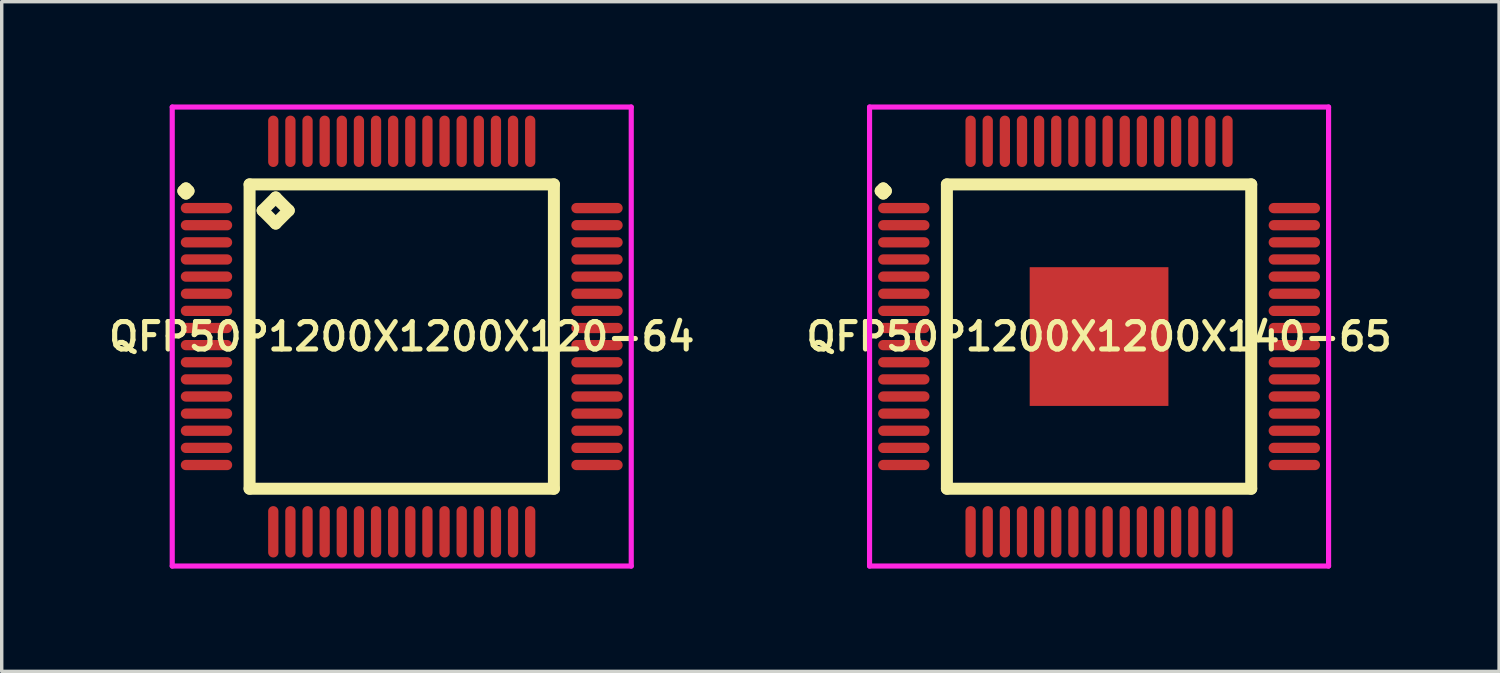
<source format=kicad_pcb>
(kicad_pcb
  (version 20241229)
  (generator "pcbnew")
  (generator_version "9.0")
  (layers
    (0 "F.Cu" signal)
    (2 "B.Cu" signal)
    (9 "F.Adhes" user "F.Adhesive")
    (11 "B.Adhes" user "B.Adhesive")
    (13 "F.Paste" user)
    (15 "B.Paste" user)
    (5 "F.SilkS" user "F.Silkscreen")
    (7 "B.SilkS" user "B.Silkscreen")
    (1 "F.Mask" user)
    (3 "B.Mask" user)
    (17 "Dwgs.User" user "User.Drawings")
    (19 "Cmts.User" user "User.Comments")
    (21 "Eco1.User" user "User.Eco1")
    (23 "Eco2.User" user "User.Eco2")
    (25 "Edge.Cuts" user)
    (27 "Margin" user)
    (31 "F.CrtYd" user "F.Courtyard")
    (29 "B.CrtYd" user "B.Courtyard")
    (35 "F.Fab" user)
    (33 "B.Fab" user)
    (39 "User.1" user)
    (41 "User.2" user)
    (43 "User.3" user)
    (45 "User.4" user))
  (footprint "QFP50P1200X1200X120-64"
    (layer "F.Cu")
    (at 8.678 6.775)
    (property "Reference" "QFP50P1200X1200X120-64" (at 0 0 0) (layer "F.SilkS") (effects (font (size 0.8 0.8) (thickness 0.15))))
    (attr smd)
    (fp_line (start -6.375 -4.25) (end -6.3 -4.325) (stroke (width 0.35) (type solid)) (layer "F.SilkS"))
    (fp_line (start -6.3 -4.325) (end -6.225 -4.25) (stroke (width 0.35) (type solid)) (layer "F.SilkS"))
    (fp_line (start -6.3 -4.175) (end -6.375 -4.25) (stroke (width 0.35) (type solid)) (layer "F.SilkS"))
    (fp_line (start -6.225 -4.25) (end -6.3 -4.175) (stroke (width 0.35) (type solid)) (layer "F.SilkS"))
    (fp_line (start -4.442 -4.442) (end -4.442 4.442) (stroke (width 0.35) (type solid)) (layer "F.SilkS"))
    (fp_line (start -4.442 4.442) (end 4.442 4.442) (stroke (width 0.35) (type solid)) (layer "F.SilkS"))
    (fp_line (start -4.061 -3.68) (end -3.68 -4.061) (stroke (width 0.35) (type solid)) (layer "F.SilkS"))
    (fp_line (start -3.68 -4.061) (end -3.299 -3.68) (stroke (width 0.35) (type solid)) (layer "F.SilkS"))
    (fp_line (start -3.68 -3.299) (end -4.061 -3.68) (stroke (width 0.35) (type solid)) (layer "F.SilkS"))
    (fp_line (start -3.299 -3.68) (end -3.68 -3.299) (stroke (width 0.35) (type solid)) (layer "F.SilkS"))
    (fp_line (start 4.442 -4.442) (end -4.442 -4.442) (stroke (width 0.35) (type solid)) (layer "F.SilkS"))
    (fp_line (start 4.442 4.442) (end 4.442 -4.442) (stroke (width 0.35) (type solid)) (layer "F.SilkS"))
    (fp_line (start -6.7 -6.7) (end 6.7 -6.7) (stroke (width 0.15) (type solid)) (layer "F.CrtYd"))
    (fp_line (start -6.7 6.7) (end -6.7 -6.7) (stroke (width 0.15) (type solid)) (layer "F.CrtYd"))
    (fp_line (start 6.7 -6.7) (end 6.7 6.7) (stroke (width 0.15) (type solid)) (layer "F.CrtYd"))
    (fp_line (start 6.7 6.7) (end -6.7 6.7) (stroke (width 0.15) (type solid)) (layer "F.CrtYd"))
    (pad "1" smd oval (at -5.7 -3.75) (size 1.5 0.3) (layers "F.Cu" "F.Mask" "F.Paste"))
    (pad "2" smd oval (at -5.7 -3.25) (size 1.5 0.3) (layers "F.Cu" "F.Mask" "F.Paste"))
    (pad "3" smd oval (at -5.7 -2.75) (size 1.5 0.3) (layers "F.Cu" "F.Mask" "F.Paste"))
    (pad "4" smd oval (at -5.7 -2.25) (size 1.5 0.3) (layers "F.Cu" "F.Mask" "F.Paste"))
    (pad "5" smd oval (at -5.7 -1.75) (size 1.5 0.3) (layers "F.Cu" "F.Mask" "F.Paste"))
    (pad "6" smd oval (at -5.7 -1.25) (size 1.5 0.3) (layers "F.Cu" "F.Mask" "F.Paste"))
    (pad "7" smd oval (at -5.7 -0.75) (size 1.5 0.3) (layers "F.Cu" "F.Mask" "F.Paste"))
    (pad "8" smd oval (at -5.7 -0.25) (size 1.5 0.3) (layers "F.Cu" "F.Mask" "F.Paste"))
    (pad "9" smd oval (at -5.7 0.25) (size 1.5 0.3) (layers "F.Cu" "F.Mask" "F.Paste"))
    (pad "10" smd oval (at -5.7 0.75) (size 1.5 0.3) (layers "F.Cu" "F.Mask" "F.Paste"))
    (pad "11" smd oval (at -5.7 1.25) (size 1.5 0.3) (layers "F.Cu" "F.Mask" "F.Paste"))
    (pad "12" smd oval (at -5.7 1.75) (size 1.5 0.3) (layers "F.Cu" "F.Mask" "F.Paste"))
    (pad "13" smd oval (at -5.7 2.25) (size 1.5 0.3) (layers "F.Cu" "F.Mask" "F.Paste"))
    (pad "14" smd oval (at -5.7 2.75) (size 1.5 0.3) (layers "F.Cu" "F.Mask" "F.Paste"))
    (pad "15" smd oval (at -5.7 3.25) (size 1.5 0.3) (layers "F.Cu" "F.Mask" "F.Paste"))
    (pad "16" smd oval (at -5.7 3.75) (size 1.5 0.3) (layers "F.Cu" "F.Mask" "F.Paste"))
    (pad "17" smd oval (at -3.75 5.7) (size 0.3 1.5) (layers "F.Cu" "F.Mask" "F.Paste"))
    (pad "18" smd oval (at -3.25 5.7) (size 0.3 1.5) (layers "F.Cu" "F.Mask" "F.Paste"))
    (pad "19" smd oval (at -2.75 5.7) (size 0.3 1.5) (layers "F.Cu" "F.Mask" "F.Paste"))
    (pad "20" smd oval (at -2.25 5.7) (size 0.3 1.5) (layers "F.Cu" "F.Mask" "F.Paste"))
    (pad "21" smd oval (at -1.75 5.7) (size 0.3 1.5) (layers "F.Cu" "F.Mask" "F.Paste"))
    (pad "22" smd oval (at -1.25 5.7) (size 0.3 1.5) (layers "F.Cu" "F.Mask" "F.Paste"))
    (pad "23" smd oval (at -0.75 5.7) (size 0.3 1.5) (layers "F.Cu" "F.Mask" "F.Paste"))
    (pad "24" smd oval (at -0.25 5.7) (size 0.3 1.5) (layers "F.Cu" "F.Mask" "F.Paste"))
    (pad "25" smd oval (at 0.25 5.7) (size 0.3 1.5) (layers "F.Cu" "F.Mask" "F.Paste"))
    (pad "26" smd oval (at 0.75 5.7) (size 0.3 1.5) (layers "F.Cu" "F.Mask" "F.Paste"))
    (pad "27" smd oval (at 1.25 5.7) (size 0.3 1.5) (layers "F.Cu" "F.Mask" "F.Paste"))
    (pad "28" smd oval (at 1.75 5.7) (size 0.3 1.5) (layers "F.Cu" "F.Mask" "F.Paste"))
    (pad "29" smd oval (at 2.25 5.7) (size 0.3 1.5) (layers "F.Cu" "F.Mask" "F.Paste"))
    (pad "30" smd oval (at 2.75 5.7) (size 0.3 1.5) (layers "F.Cu" "F.Mask" "F.Paste"))
    (pad "31" smd oval (at 3.25 5.7) (size 0.3 1.5) (layers "F.Cu" "F.Mask" "F.Paste"))
    (pad "32" smd oval (at 3.75 5.7) (size 0.3 1.5) (layers "F.Cu" "F.Mask" "F.Paste"))
    (pad "33" smd oval (at 5.7 3.75) (size 1.5 0.3) (layers "F.Cu" "F.Mask" "F.Paste"))
    (pad "34" smd oval (at 5.7 3.25) (size 1.5 0.3) (layers "F.Cu" "F.Mask" "F.Paste"))
    (pad "35" smd oval (at 5.7 2.75) (size 1.5 0.3) (layers "F.Cu" "F.Mask" "F.Paste"))
    (pad "36" smd oval (at 5.7 2.25) (size 1.5 0.3) (layers "F.Cu" "F.Mask" "F.Paste"))
    (pad "37" smd oval (at 5.7 1.75) (size 1.5 0.3) (layers "F.Cu" "F.Mask" "F.Paste"))
    (pad "38" smd oval (at 5.7 1.25) (size 1.5 0.3) (layers "F.Cu" "F.Mask" "F.Paste"))
    (pad "39" smd oval (at 5.7 0.75) (size 1.5 0.3) (layers "F.Cu" "F.Mask" "F.Paste"))
    (pad "40" smd oval (at 5.7 0.25) (size 1.5 0.3) (layers "F.Cu" "F.Mask" "F.Paste"))
    (pad "41" smd oval (at 5.7 -0.25) (size 1.5 0.3) (layers "F.Cu" "F.Mask" "F.Paste"))
    (pad "42" smd oval (at 5.7 -0.75) (size 1.5 0.3) (layers "F.Cu" "F.Mask" "F.Paste"))
    (pad "43" smd oval (at 5.7 -1.25) (size 1.5 0.3) (layers "F.Cu" "F.Mask" "F.Paste"))
    (pad "44" smd oval (at 5.7 -1.75) (size 1.5 0.3) (layers "F.Cu" "F.Mask" "F.Paste"))
    (pad "45" smd oval (at 5.7 -2.25) (size 1.5 0.3) (layers "F.Cu" "F.Mask" "F.Paste"))
    (pad "46" smd oval (at 5.7 -2.75) (size 1.5 0.3) (layers "F.Cu" "F.Mask" "F.Paste"))
    (pad "47" smd oval (at 5.7 -3.25) (size 1.5 0.3) (layers "F.Cu" "F.Mask" "F.Paste"))
    (pad "48" smd oval (at 5.7 -3.75) (size 1.5 0.3) (layers "F.Cu" "F.Mask" "F.Paste"))
    (pad "49" smd oval (at 3.75 -5.7) (size 0.3 1.5) (layers "F.Cu" "F.Mask" "F.Paste"))
    (pad "50" smd oval (at 3.25 -5.7) (size 0.3 1.5) (layers "F.Cu" "F.Mask" "F.Paste"))
    (pad "51" smd oval (at 2.75 -5.7) (size 0.3 1.5) (layers "F.Cu" "F.Mask" "F.Paste"))
    (pad "52" smd oval (at 2.25 -5.7) (size 0.3 1.5) (layers "F.Cu" "F.Mask" "F.Paste"))
    (pad "53" smd oval (at 1.75 -5.7) (size 0.3 1.5) (layers "F.Cu" "F.Mask" "F.Paste"))
    (pad "54" smd oval (at 1.25 -5.7) (size 0.3 1.5) (layers "F.Cu" "F.Mask" "F.Paste"))
    (pad "55" smd oval (at 0.75 -5.7) (size 0.3 1.5) (layers "F.Cu" "F.Mask" "F.Paste"))
    (pad "56" smd oval (at 0.25 -5.7) (size 0.3 1.5) (layers "F.Cu" "F.Mask" "F.Paste"))
    (pad "57" smd oval (at -0.25 -5.7) (size 0.3 1.5) (layers "F.Cu" "F.Mask" "F.Paste"))
    (pad "58" smd oval (at -0.75 -5.7) (size 0.3 1.5) (layers "F.Cu" "F.Mask" "F.Paste"))
    (pad "59" smd oval (at -1.25 -5.7) (size 0.3 1.5) (layers "F.Cu" "F.Mask" "F.Paste"))
    (pad "60" smd oval (at -1.75 -5.7) (size 0.3 1.5) (layers "F.Cu" "F.Mask" "F.Paste"))
    (pad "61" smd oval (at -2.25 -5.7) (size 0.3 1.5) (layers "F.Cu" "F.Mask" "F.Paste"))
    (pad "62" smd oval (at -2.75 -5.7) (size 0.3 1.5) (layers "F.Cu" "F.Mask" "F.Paste"))
    (pad "63" smd oval (at -3.25 -5.7) (size 0.3 1.5) (layers "F.Cu" "F.Mask" "F.Paste"))
    (pad "64" smd oval (at -3.75 -5.7) (size 0.3 1.5) (layers "F.Cu" "F.Mask" "F.Paste")))
  (footprint "QFP50P1200X1200X140-65"
    (layer "F.Cu")
    (at 29.035 6.775)
    (property "Reference" "QFP50P1200X1200X140-65" (at 0 0 0) (layer "F.SilkS") (effects (font (size 0.8 0.8) (thickness 0.15))))
    (attr smd)
    (fp_line (start -6.375 -4.25) (end -6.3 -4.325) (stroke (width 0.35) (type solid)) (layer "F.SilkS"))
    (fp_line (start -6.3 -4.325) (end -6.225 -4.25) (stroke (width 0.35) (type solid)) (layer "F.SilkS"))
    (fp_line (start -6.3 -4.175) (end -6.375 -4.25) (stroke (width 0.35) (type solid)) (layer "F.SilkS"))
    (fp_line (start -6.225 -4.25) (end -6.3 -4.175) (stroke (width 0.35) (type solid)) (layer "F.SilkS"))
    (fp_line (start -4.442 -4.442) (end -4.442 4.442) (stroke (width 0.35) (type solid)) (layer "F.SilkS"))
    (fp_line (start -4.442 4.442) (end 4.442 4.442) (stroke (width 0.35) (type solid)) (layer "F.SilkS"))
    (fp_line (start 4.442 -4.442) (end -4.442 -4.442) (stroke (width 0.35) (type solid)) (layer "F.SilkS"))
    (fp_line (start 4.442 4.442) (end 4.442 -4.442) (stroke (width 0.35) (type solid)) (layer "F.SilkS"))
    (fp_line (start -6.7 -6.7) (end 6.7 -6.7) (stroke (width 0.15) (type solid)) (layer "F.CrtYd"))
    (fp_line (start -6.7 6.7) (end -6.7 -6.7) (stroke (width 0.15) (type solid)) (layer "F.CrtYd"))
    (fp_line (start 6.7 -6.7) (end 6.7 6.7) (stroke (width 0.15) (type solid)) (layer "F.CrtYd"))
    (fp_line (start 6.7 6.7) (end -6.7 6.7) (stroke (width 0.15) (type solid)) (layer "F.CrtYd"))
    (pad "1" smd oval (at -5.7 -3.75) (size 1.5 0.3) (layers "F.Cu" "F.Mask" "F.Paste"))
    (pad "2" smd oval (at -5.7 -3.25) (size 1.5 0.3) (layers "F.Cu" "F.Mask" "F.Paste"))
    (pad "3" smd oval (at -5.7 -2.75) (size 1.5 0.3) (layers "F.Cu" "F.Mask" "F.Paste"))
    (pad "4" smd oval (at -5.7 -2.25) (size 1.5 0.3) (layers "F.Cu" "F.Mask" "F.Paste"))
    (pad "5" smd oval (at -5.7 -1.75) (size 1.5 0.3) (layers "F.Cu" "F.Mask" "F.Paste"))
    (pad "6" smd oval (at -5.7 -1.25) (size 1.5 0.3) (layers "F.Cu" "F.Mask" "F.Paste"))
    (pad "7" smd oval (at -5.7 -0.75) (size 1.5 0.3) (layers "F.Cu" "F.Mask" "F.Paste"))
    (pad "8" smd oval (at -5.7 -0.25) (size 1.5 0.3) (layers "F.Cu" "F.Mask" "F.Paste"))
    (pad "9" smd oval (at -5.7 0.25) (size 1.5 0.3) (layers "F.Cu" "F.Mask" "F.Paste"))
    (pad "10" smd oval (at -5.7 0.75) (size 1.5 0.3) (layers "F.Cu" "F.Mask" "F.Paste"))
    (pad "11" smd oval (at -5.7 1.25) (size 1.5 0.3) (layers "F.Cu" "F.Mask" "F.Paste"))
    (pad "12" smd oval (at -5.7 1.75) (size 1.5 0.3) (layers "F.Cu" "F.Mask" "F.Paste"))
    (pad "13" smd oval (at -5.7 2.25) (size 1.5 0.3) (layers "F.Cu" "F.Mask" "F.Paste"))
    (pad "14" smd oval (at -5.7 2.75) (size 1.5 0.3) (layers "F.Cu" "F.Mask" "F.Paste"))
    (pad "15" smd oval (at -5.7 3.25) (size 1.5 0.3) (layers "F.Cu" "F.Mask" "F.Paste"))
    (pad "16" smd oval (at -5.7 3.75) (size 1.5 0.3) (layers "F.Cu" "F.Mask" "F.Paste"))
    (pad "17" smd oval (at -3.75 5.7) (size 0.3 1.5) (layers "F.Cu" "F.Mask" "F.Paste"))
    (pad "18" smd oval (at -3.25 5.7) (size 0.3 1.5) (layers "F.Cu" "F.Mask" "F.Paste"))
    (pad "19" smd oval (at -2.75 5.7) (size 0.3 1.5) (layers "F.Cu" "F.Mask" "F.Paste"))
    (pad "20" smd oval (at -2.25 5.7) (size 0.3 1.5) (layers "F.Cu" "F.Mask" "F.Paste"))
    (pad "21" smd oval (at -1.75 5.7) (size 0.3 1.5) (layers "F.Cu" "F.Mask" "F.Paste"))
    (pad "22" smd oval (at -1.25 5.7) (size 0.3 1.5) (layers "F.Cu" "F.Mask" "F.Paste"))
    (pad "23" smd oval (at -0.75 5.7) (size 0.3 1.5) (layers "F.Cu" "F.Mask" "F.Paste"))
    (pad "24" smd oval (at -0.25 5.7) (size 0.3 1.5) (layers "F.Cu" "F.Mask" "F.Paste"))
    (pad "25" smd oval (at 0.25 5.7) (size 0.3 1.5) (layers "F.Cu" "F.Mask" "F.Paste"))
    (pad "26" smd oval (at 0.75 5.7) (size 0.3 1.5) (layers "F.Cu" "F.Mask" "F.Paste"))
    (pad "27" smd oval (at 1.25 5.7) (size 0.3 1.5) (layers "F.Cu" "F.Mask" "F.Paste"))
    (pad "28" smd oval (at 1.75 5.7) (size 0.3 1.5) (layers "F.Cu" "F.Mask" "F.Paste"))
    (pad "29" smd oval (at 2.25 5.7) (size 0.3 1.5) (layers "F.Cu" "F.Mask" "F.Paste"))
    (pad "30" smd oval (at 2.75 5.7) (size 0.3 1.5) (layers "F.Cu" "F.Mask" "F.Paste"))
    (pad "31" smd oval (at 3.25 5.7) (size 0.3 1.5) (layers "F.Cu" "F.Mask" "F.Paste"))
    (pad "32" smd oval (at 3.75 5.7) (size 0.3 1.5) (layers "F.Cu" "F.Mask" "F.Paste"))
    (pad "33" smd oval (at 5.7 3.75) (size 1.5 0.3) (layers "F.Cu" "F.Mask" "F.Paste"))
    (pad "34" smd oval (at 5.7 3.25) (size 1.5 0.3) (layers "F.Cu" "F.Mask" "F.Paste"))
    (pad "35" smd oval (at 5.7 2.75) (size 1.5 0.3) (layers "F.Cu" "F.Mask" "F.Paste"))
    (pad "36" smd oval (at 5.7 2.25) (size 1.5 0.3) (layers "F.Cu" "F.Mask" "F.Paste"))
    (pad "37" smd oval (at 5.7 1.75) (size 1.5 0.3) (layers "F.Cu" "F.Mask" "F.Paste"))
    (pad "38" smd oval (at 5.7 1.25) (size 1.5 0.3) (layers "F.Cu" "F.Mask" "F.Paste"))
    (pad "39" smd oval (at 5.7 0.75) (size 1.5 0.3) (layers "F.Cu" "F.Mask" "F.Paste"))
    (pad "40" smd oval (at 5.7 0.25) (size 1.5 0.3) (layers "F.Cu" "F.Mask" "F.Paste"))
    (pad "41" smd oval (at 5.7 -0.25) (size 1.5 0.3) (layers "F.Cu" "F.Mask" "F.Paste"))
    (pad "42" smd oval (at 5.7 -0.75) (size 1.5 0.3) (layers "F.Cu" "F.Mask" "F.Paste"))
    (pad "43" smd oval (at 5.7 -1.25) (size 1.5 0.3) (layers "F.Cu" "F.Mask" "F.Paste"))
    (pad "44" smd oval (at 5.7 -1.75) (size 1.5 0.3) (layers "F.Cu" "F.Mask" "F.Paste"))
    (pad "45" smd oval (at 5.7 -2.25) (size 1.5 0.3) (layers "F.Cu" "F.Mask" "F.Paste"))
    (pad "46" smd oval (at 5.7 -2.75) (size 1.5 0.3) (layers "F.Cu" "F.Mask" "F.Paste"))
    (pad "47" smd oval (at 5.7 -3.25) (size 1.5 0.3) (layers "F.Cu" "F.Mask" "F.Paste"))
    (pad "48" smd oval (at 5.7 -3.75) (size 1.5 0.3) (layers "F.Cu" "F.Mask" "F.Paste"))
    (pad "49" smd oval (at 3.75 -5.7) (size 0.3 1.5) (layers "F.Cu" "F.Mask" "F.Paste"))
    (pad "50" smd oval (at 3.25 -5.7) (size 0.3 1.5) (layers "F.Cu" "F.Mask" "F.Paste"))
    (pad "51" smd oval (at 2.75 -5.7) (size 0.3 1.5) (layers "F.Cu" "F.Mask" "F.Paste"))
    (pad "52" smd oval (at 2.25 -5.7) (size 0.3 1.5) (layers "F.Cu" "F.Mask" "F.Paste"))
    (pad "53" smd oval (at 1.75 -5.7) (size 0.3 1.5) (layers "F.Cu" "F.Mask" "F.Paste"))
    (pad "54" smd oval (at 1.25 -5.7) (size 0.3 1.5) (layers "F.Cu" "F.Mask" "F.Paste"))
    (pad "55" smd oval (at 0.75 -5.7) (size 0.3 1.5) (layers "F.Cu" "F.Mask" "F.Paste"))
    (pad "56" smd oval (at 0.25 -5.7) (size 0.3 1.5) (layers "F.Cu" "F.Mask" "F.Paste"))
    (pad "57" smd oval (at -0.25 -5.7) (size 0.3 1.5) (layers "F.Cu" "F.Mask" "F.Paste"))
    (pad "58" smd oval (at -0.75 -5.7) (size 0.3 1.5) (layers "F.Cu" "F.Mask" "F.Paste"))
    (pad "59" smd oval (at -1.25 -5.7) (size 0.3 1.5) (layers "F.Cu" "F.Mask" "F.Paste"))
    (pad "60" smd oval (at -1.75 -5.7) (size 0.3 1.5) (layers "F.Cu" "F.Mask" "F.Paste"))
    (pad "61" smd oval (at -2.25 -5.7) (size 0.3 1.5) (layers "F.Cu" "F.Mask" "F.Paste"))
    (pad "62" smd oval (at -2.75 -5.7) (size 0.3 1.5) (layers "F.Cu" "F.Mask" "F.Paste"))
    (pad "63" smd oval (at -3.25 -5.7) (size 0.3 1.5) (layers "F.Cu" "F.Mask" "F.Paste"))
    (pad "64" smd oval (at -3.75 -5.7) (size 0.3 1.5) (layers "F.Cu" "F.Mask" "F.Paste"))
    (pad "65" smd rect (at 0 0) (size 4.05 4.05) (layers "F.Cu" "F.Mask" "F.Paste")))
  (gr_rect
    (start -3 -3)
    (end 40.713 16.55)
    (stroke (width 0.1) (type default))
    (fill no)
    (layer "Edge.Cuts")))
</source>
